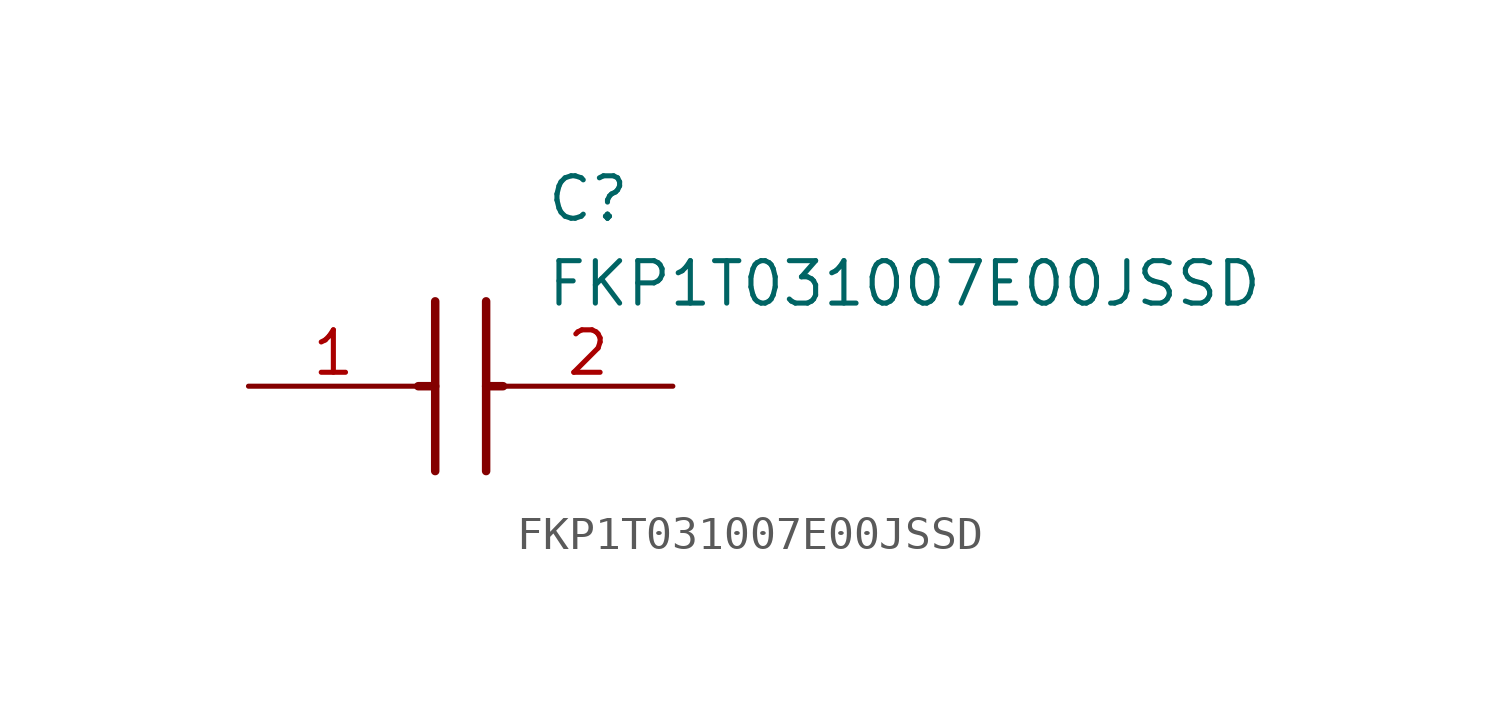
<source format=kicad_sym>
(kicad_symbol_lib
  (version 20220914)
  (generator kicad_symbol_editor)
  (symbol "FKP1T031007E00JSSD"
    (pin_names hide)
    (property "Reference" "C"
      (at 8.89 6.35 0)
      (effects (font (size 1.27 1.27)) (justify left top)))
    (property "Value" "FKP1T031007E00JSSD"
      (at 8.89 3.81 0)
      (effects (font (size 1.27 1.27)) (justify left top)))
    (symbol "FKP1T031007E00JSSD_1_1"
      (polyline (pts (xy 5.08 0) (xy 5.588 0)) (stroke (width 0.254) (type default)) (fill (type none)))
      (polyline (pts (xy 5.588 2.54) (xy 5.588 -2.54)) (stroke (width 0.254) (type default)) (fill (type none)))
      (polyline (pts (xy 7.112 0) (xy 7.62 0)) (stroke (width 0.254) (type default)) (fill (type none)))
      (polyline (pts (xy 7.112 2.54) (xy 7.112 -2.54)) (stroke (width 0.254) (type default)) (fill (type none)))
      (pin passive line (at 0 0 0) (length 5.08) (name "1" (effects (font (size 1.27 1.27)))) (number "1" (effects (font (size 1.27 1.27)))))
      (pin passive line (at 12.7 0 180) (length 5.08) (name "2" (effects (font (size 1.27 1.27)))) (number "2" (effects (font (size 1.27 1.27))))))))
</source>
